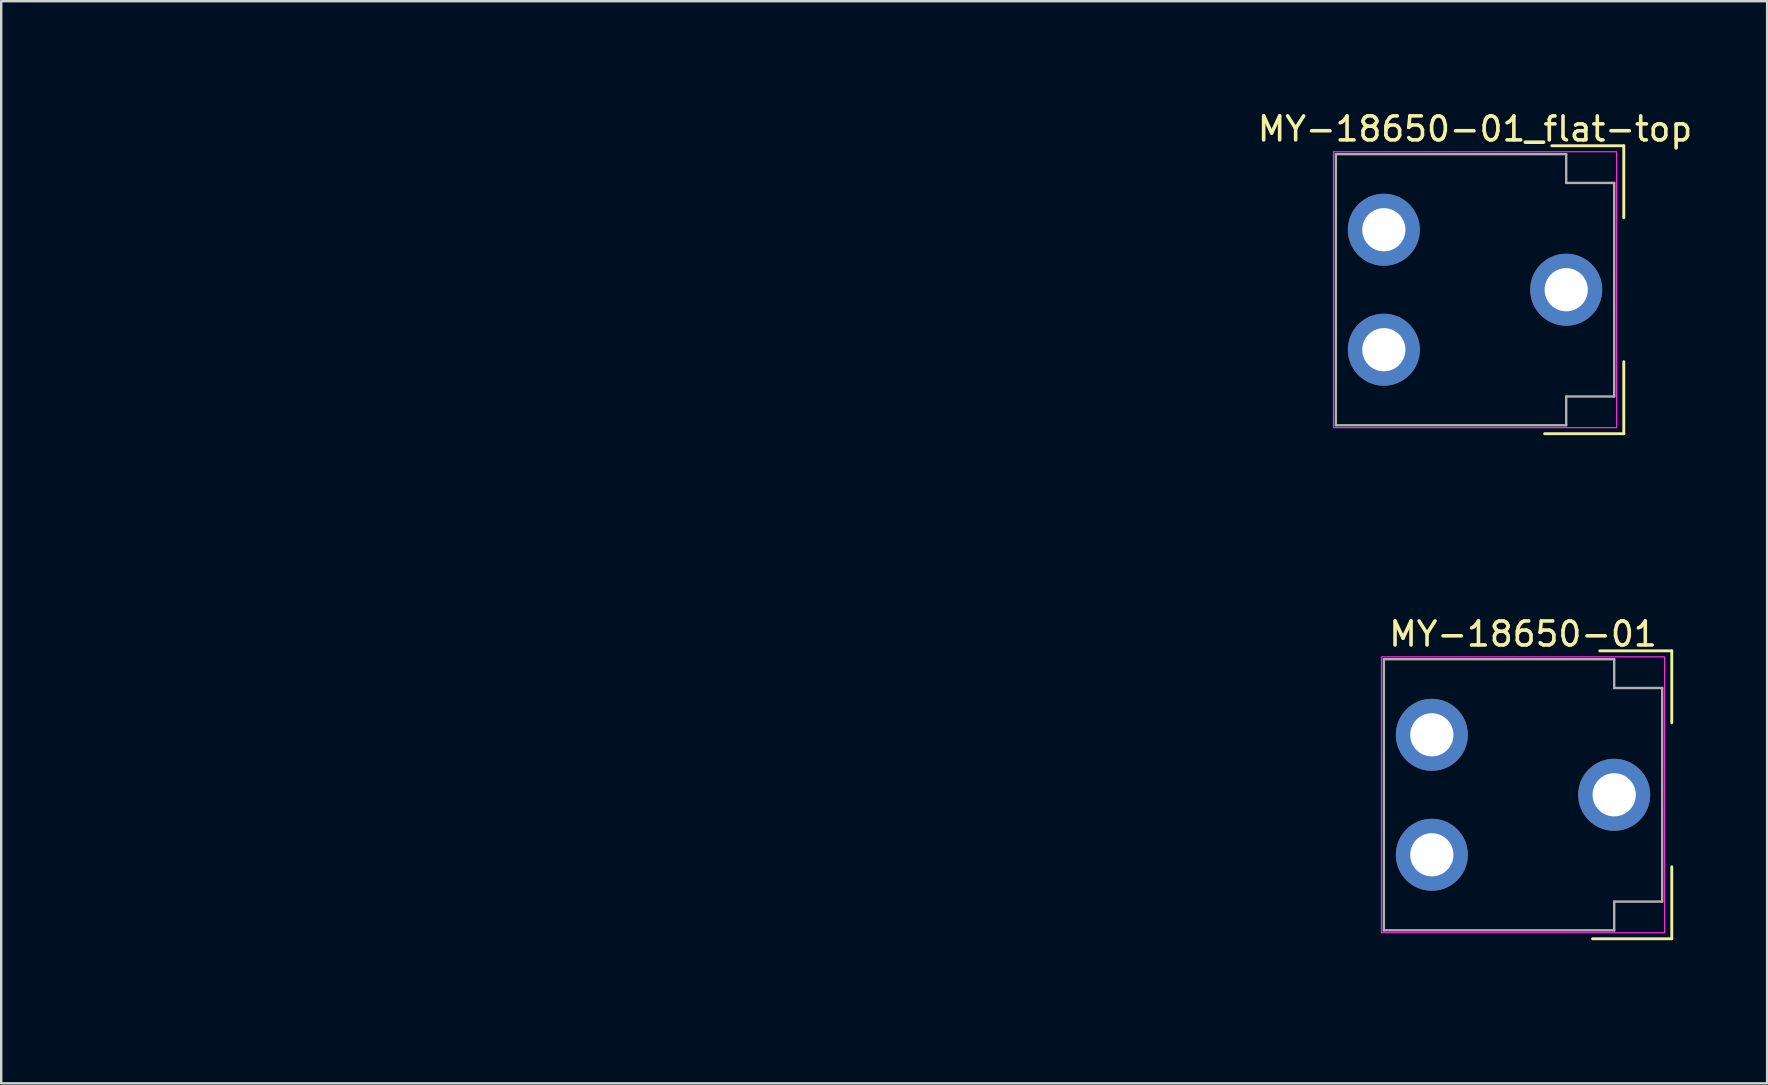
<source format=kicad_pcb>
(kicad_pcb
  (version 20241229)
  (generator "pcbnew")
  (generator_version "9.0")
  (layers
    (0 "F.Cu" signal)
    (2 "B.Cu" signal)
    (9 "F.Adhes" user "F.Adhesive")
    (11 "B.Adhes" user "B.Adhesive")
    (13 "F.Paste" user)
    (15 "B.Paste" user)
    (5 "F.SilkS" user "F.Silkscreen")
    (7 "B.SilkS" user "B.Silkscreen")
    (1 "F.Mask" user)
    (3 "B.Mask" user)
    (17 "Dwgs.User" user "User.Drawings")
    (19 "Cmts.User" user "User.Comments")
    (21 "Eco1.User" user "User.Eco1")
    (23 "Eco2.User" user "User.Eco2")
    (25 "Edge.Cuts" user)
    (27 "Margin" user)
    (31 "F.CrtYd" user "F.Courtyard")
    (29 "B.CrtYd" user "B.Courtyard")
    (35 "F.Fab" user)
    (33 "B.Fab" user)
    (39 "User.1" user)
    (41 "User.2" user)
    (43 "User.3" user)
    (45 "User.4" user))
  (footprint "MY-18650-01"
    (layer "F.Cu")
    (at 56.625 30.075)
    (property "Reference" "MY-18650-01" (at 3.8 -6.7 0) (unlocked yes) (layer "F.SilkS") (effects (font (size 1 1) (thickness 0.15))))
    (attr through_hole)
    (fp_line (start 7 -6) (end 10 -6) (stroke (width 0.12) (type default)) (layer "F.SilkS"))
    (fp_line (start 10 -6) (end 10 -3) (stroke (width 0.12) (type default)) (layer "F.SilkS"))
    (fp_line (start 10 6) (end 6.7 6) (stroke (width 0.12) (type default)) (layer "F.SilkS"))
    (fp_line (start 10 6) (end 10 3) (stroke (width 0.12) (type default)) (layer "F.SilkS"))
    (fp_rect (start -2.1 -5.75) (end 9.7 5.75) (stroke (width 0.05) (type default)) (fill no) (layer "F.CrtYd"))
    (fp_line (start -2 -5.65) (end -2 5.65) (stroke (width 0.1) (type default)) (layer "F.Fab"))
    (fp_line (start -2 5.65) (end 7.6 5.65) (stroke (width 0.1) (type default)) (layer "F.Fab"))
    (fp_line (start 7.6 -5.65) (end -2 -5.65) (stroke (width 0.1) (type default)) (layer "F.Fab"))
    (fp_line (start 7.6 -4.45) (end 7.6 -5.65) (stroke (width 0.1) (type default)) (layer "F.Fab"))
    (fp_line (start 7.6 5.65) (end 7.6 4.45) (stroke (width 0.1) (type default)) (layer "F.Fab"))
    (fp_line (start 9.6 -4.45) (end 7.6 -4.45) (stroke (width 0.1) (type default)) (layer "F.Fab"))
    (fp_line (start 9.6 4.45) (end 7.6 4.45) (stroke (width 0.1) (type default)) (layer "F.Fab"))
    (fp_line (start 9.6 4.45) (end 9.6 -4.45) (stroke (width 0.1) (type default)) (layer "F.Fab"))
    (fp_line (start -24 9) (end 8.5 9) (stroke (width 0.05) (type default)) (layer "User.1"))
    (fp_line (start 8.5 -9) (end -24 -9) (stroke (width 0.05) (type default)) (layer "User.1"))
    (fp_line (start 8.5 9) (end 8.5 -9) (stroke (width 0.05) (type default)) (layer "User.1"))
    (fp_line (start -56.6 0) (end -54.6 0) (stroke (width 0.05) (type default)) (layer "User.7"))
    (fp_line (start -55.6 -1) (end -55.6 1) (stroke (width 0.05) (type default)) (layer "User.7"))
    (fp_line (start -49 -2.5) (end -47 -2.5) (stroke (width 0.05) (type default)) (layer "User.7"))
    (fp_line (start -49 2.5) (end -47 2.5) (stroke (width 0.05) (type default)) (layer "User.7"))
    (fp_line (start -48 -3.5) (end -48 -1.5) (stroke (width 0.05) (type default)) (layer "User.7"))
    (fp_line (start -48 1.5) (end -48 3.5) (stroke (width 0.05) (type default)) (layer "User.7"))
    (pad "1" thru_hole circle (at 0 -2.5) (size 3 3) (drill 1.8) (layers "*.Cu" "*.Mask"))
    (pad "1" thru_hole circle (at 0 2.5) (size 3 3) (drill 1.8) (layers "*.Cu" "*.Mask"))
    (pad "1" thru_hole circle (at 7.6 0) (size 3 3) (drill 1.8) (layers "*.Cu" "*.Mask")))
  (footprint "MY-18650-01_flat-top"
    (layer "F.Cu")
    (at 54.625 9.025)
    (property "Reference" "MY-18650-01_flat-top" (at 3.8 -6.7 0) (unlocked yes) (layer "F.SilkS") (effects (font (size 1 1) (thickness 0.15))))
    (attr through_hole)
    (fp_line (start 7 -6) (end 10 -6) (stroke (width 0.12) (type default)) (layer "F.SilkS"))
    (fp_line (start 10 -6) (end 10 -3) (stroke (width 0.12) (type default)) (layer "F.SilkS"))
    (fp_line (start 10 6) (end 6.7 6) (stroke (width 0.12) (type default)) (layer "F.SilkS"))
    (fp_line (start 10 6) (end 10 3) (stroke (width 0.12) (type default)) (layer "F.SilkS"))
    (fp_rect (start -2.1 -5.75) (end 9.7 5.75) (stroke (width 0.05) (type default)) (fill no) (layer "F.CrtYd"))
    (fp_line (start -2 -5.65) (end -2 5.65) (stroke (width 0.1) (type default)) (layer "F.Fab"))
    (fp_line (start -2 5.65) (end 7.6 5.65) (stroke (width 0.1) (type default)) (layer "F.Fab"))
    (fp_line (start 7.6 -5.65) (end -2 -5.65) (stroke (width 0.1) (type default)) (layer "F.Fab"))
    (fp_line (start 7.6 -4.45) (end 7.6 -5.65) (stroke (width 0.1) (type default)) (layer "F.Fab"))
    (fp_line (start 7.6 5.65) (end 7.6 4.45) (stroke (width 0.1) (type default)) (layer "F.Fab"))
    (fp_line (start 9.6 -4.45) (end 7.6 -4.45) (stroke (width 0.1) (type default)) (layer "F.Fab"))
    (fp_line (start 9.6 4.45) (end 7.6 4.45) (stroke (width 0.1) (type default)) (layer "F.Fab"))
    (fp_line (start 9.6 4.45) (end 9.6 -4.45) (stroke (width 0.1) (type default)) (layer "F.Fab"))
    (fp_line (start -24 9) (end 8.5 9) (stroke (width 0.05) (type default)) (layer "User.1"))
    (fp_line (start 8.5 -9) (end -24 -9) (stroke (width 0.05) (type default)) (layer "User.1"))
    (fp_line (start 8.5 9) (end 8.5 -9) (stroke (width 0.05) (type default)) (layer "User.1"))
    (fp_line (start -54.6 0) (end -52.6 0) (stroke (width 0.05) (type default)) (layer "User.7"))
    (fp_line (start -53.6 -1) (end -53.6 1) (stroke (width 0.05) (type default)) (layer "User.7"))
    (fp_line (start -47 -2.5) (end -45 -2.5) (stroke (width 0.05) (type default)) (layer "User.7"))
    (fp_line (start -47 2.5) (end -45 2.5) (stroke (width 0.05) (type default)) (layer "User.7"))
    (fp_line (start -46 -3.5) (end -46 -1.5) (stroke (width 0.05) (type default)) (layer "User.7"))
    (fp_line (start -46 1.5) (end -46 3.5) (stroke (width 0.05) (type default)) (layer "User.7"))
    (pad "1" thru_hole circle (at 0 -2.5) (size 3 3) (drill 1.8) (layers "*.Cu" "*.Mask"))
    (pad "1" thru_hole circle (at 0 2.5) (size 3 3) (drill 1.8) (layers "*.Cu" "*.Mask"))
    (pad "1" thru_hole circle (at 7.6 0) (size 3 3) (drill 1.8) (layers "*.Cu" "*.Mask")))
  (gr_rect
    (start -3 -3)
    (end 70.598 42.1)
    (stroke (width 0.1) (type default))
    (fill no)
    (layer "Edge.Cuts")))
</source>
